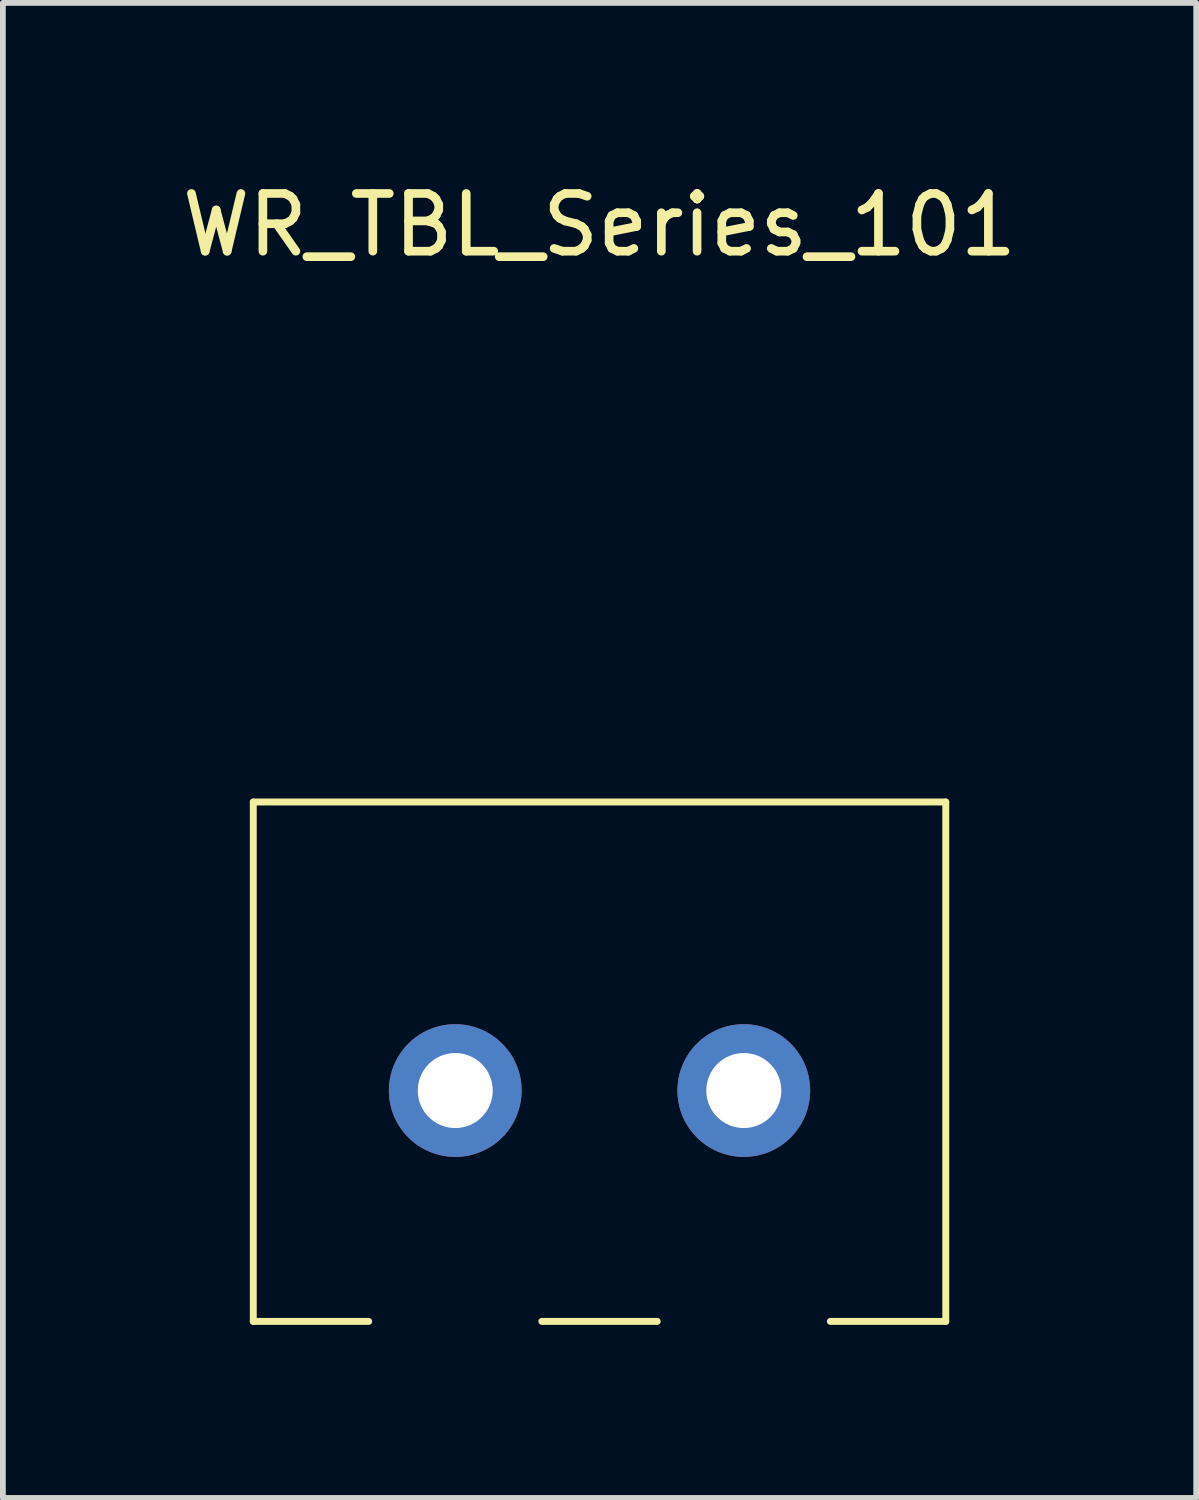
<source format=kicad_pcb>
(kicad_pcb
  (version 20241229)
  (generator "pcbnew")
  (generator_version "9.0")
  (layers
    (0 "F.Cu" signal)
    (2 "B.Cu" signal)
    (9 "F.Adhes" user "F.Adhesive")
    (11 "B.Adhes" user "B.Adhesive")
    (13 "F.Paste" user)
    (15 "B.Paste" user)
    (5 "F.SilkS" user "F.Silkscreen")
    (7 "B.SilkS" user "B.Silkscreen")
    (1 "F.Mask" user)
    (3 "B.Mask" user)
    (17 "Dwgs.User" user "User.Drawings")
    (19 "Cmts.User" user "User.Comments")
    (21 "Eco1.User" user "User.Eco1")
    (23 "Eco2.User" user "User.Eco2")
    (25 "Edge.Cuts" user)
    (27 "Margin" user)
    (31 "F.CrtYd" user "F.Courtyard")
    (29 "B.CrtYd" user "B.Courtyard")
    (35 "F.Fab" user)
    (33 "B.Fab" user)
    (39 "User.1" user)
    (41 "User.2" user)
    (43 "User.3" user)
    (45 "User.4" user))
  (footprint "WR_TBL_Series_101"
    (layer "F.Cu")
    (at 7.339 15.848)
    (property "Reference" "WR_TBL_Series_101" (at 0 -15 0) (unlocked yes) (layer "F.SilkS") (effects (font (size 1 1) (thickness 0.15))))
    (attr smd)
    (fp_line (start -6 -5) (end -6 4) (stroke (width 0.12) (type solid)) (layer "F.SilkS"))
    (fp_line (start -6 4) (end -4 4) (stroke (width 0.12) (type solid)) (layer "F.SilkS"))
    (fp_line (start -1 4) (end 1 4) (stroke (width 0.12) (type solid)) (layer "F.SilkS"))
    (fp_line (start 4 4) (end 6 4) (stroke (width 0.12) (type solid)) (layer "F.SilkS"))
    (fp_line (start 6 -5) (end -6 -5) (stroke (width 0.12) (type solid)) (layer "F.SilkS"))
    (fp_line (start 6 -5) (end 6 4) (stroke (width 0.12) (type solid)) (layer "F.SilkS"))
    (pad "1" thru_hole circle (at -2.5 0) (size 2.3 2.3) (drill 1.3) (layers "*.Cu" "*.Mask"))
    (pad "2" thru_hole circle (at 2.5 0) (size 2.3 2.3) (drill 1.3) (layers "*.Cu" "*.Mask")))
  (gr_rect
    (start -3 -3)
    (end 17.679 22.908)
    (stroke (width 0.1) (type default))
    (fill no)
    (layer "Edge.Cuts")))
</source>
